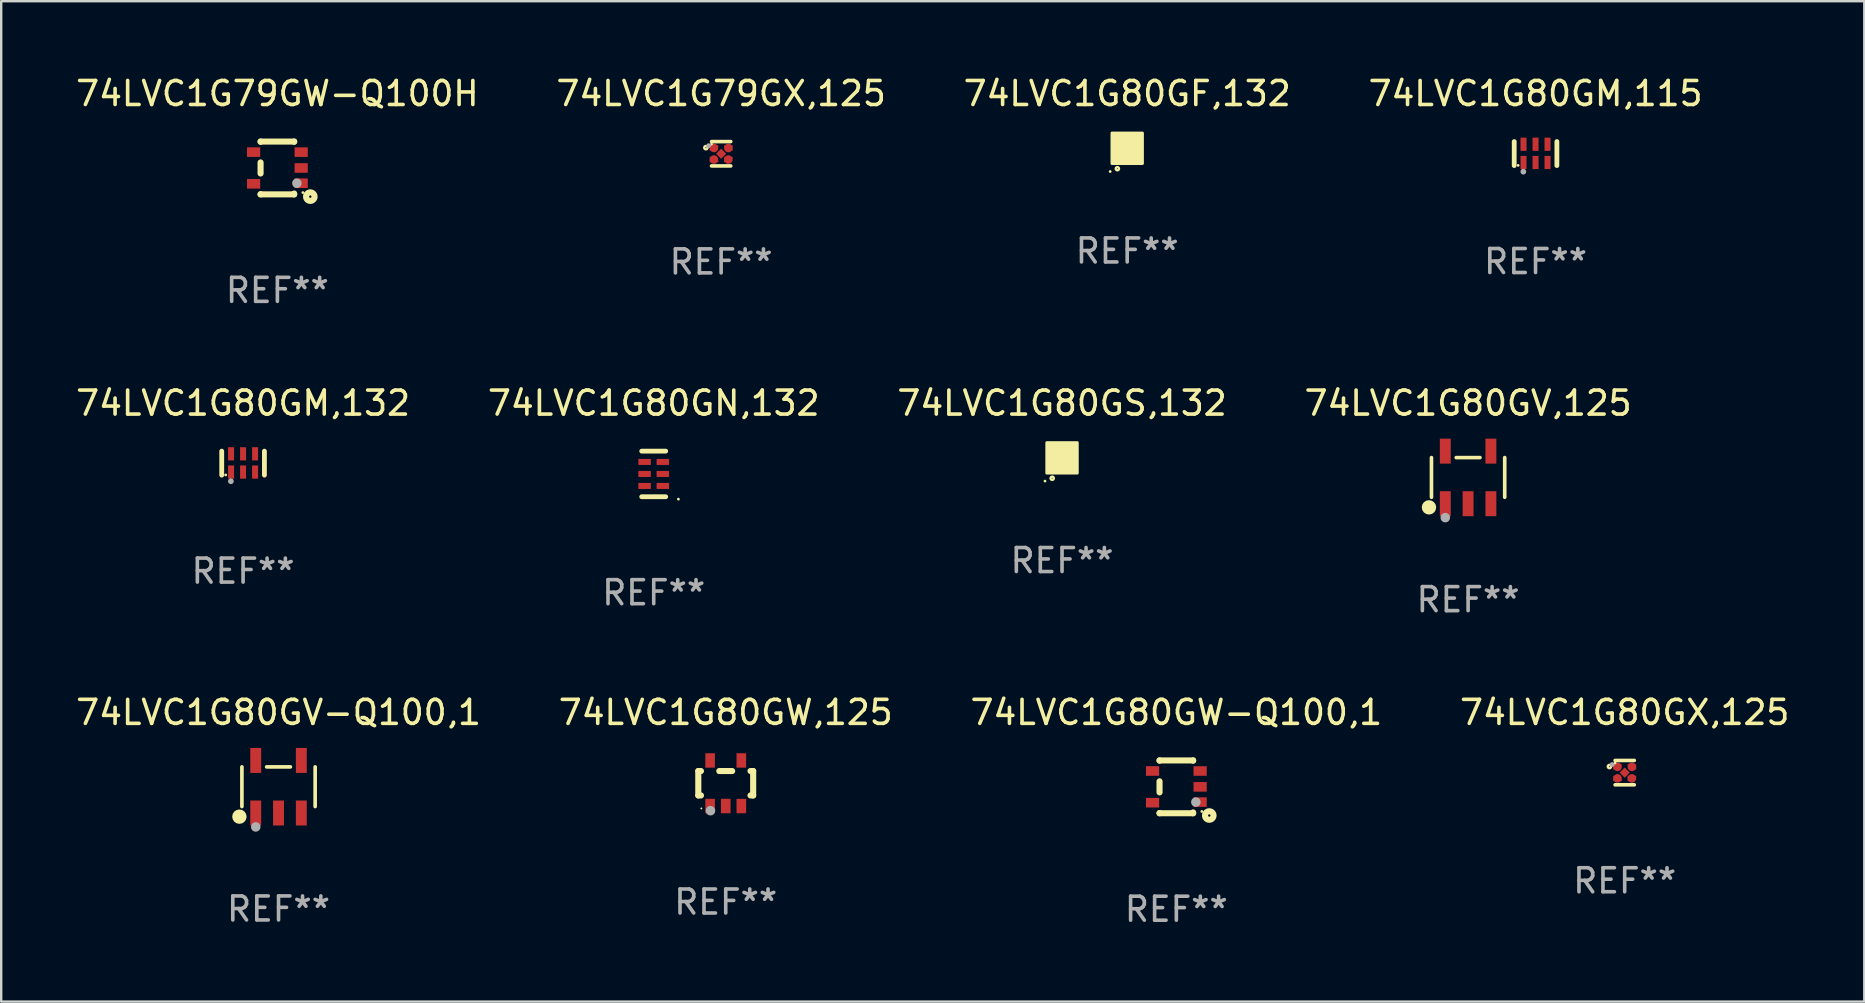
<source format=kicad_pcb>
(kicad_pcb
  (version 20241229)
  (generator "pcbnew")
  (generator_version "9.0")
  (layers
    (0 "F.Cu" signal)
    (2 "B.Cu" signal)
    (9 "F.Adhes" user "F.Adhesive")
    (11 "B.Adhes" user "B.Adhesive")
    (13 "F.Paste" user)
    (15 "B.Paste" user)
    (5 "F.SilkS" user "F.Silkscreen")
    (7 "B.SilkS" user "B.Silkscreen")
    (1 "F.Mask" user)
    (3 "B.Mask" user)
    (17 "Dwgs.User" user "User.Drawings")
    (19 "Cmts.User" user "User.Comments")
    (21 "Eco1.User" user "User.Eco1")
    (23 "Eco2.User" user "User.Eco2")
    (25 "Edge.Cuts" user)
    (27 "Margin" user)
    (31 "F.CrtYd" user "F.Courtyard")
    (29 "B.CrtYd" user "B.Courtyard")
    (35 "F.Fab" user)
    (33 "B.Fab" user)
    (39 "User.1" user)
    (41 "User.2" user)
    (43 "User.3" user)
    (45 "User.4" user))
  (footprint "74LVC1G80GN,132"
    (layer "F.Cu")
    (at 24.185 16.695)
    (property "Reference" "74LVC1G80GN,132" (at 0 -2.95 0) (layer "F.SilkS") (effects (font (size 1 1) (thickness 0.15))))
    (attr through_hole)
    (fp_line (start 0.5 -0.95) (end -0.5 -0.95) (stroke (width 0.2) (type solid)) (layer "F.SilkS"))
    (fp_line (start 0.5 0.95) (end -0.5 0.95) (stroke (width 0.2) (type solid)) (layer "F.SilkS"))
    (fp_circle (center 1.028 1.05) (end 1.058 1.05) (stroke (width 0.06) (type solid)) (fill no) (layer "F.SilkS"))
    (fp_text user "REF**" (at 0 4.95 0) (layer "F.Fab") (effects (font (size 1 1) (thickness 0.15))))
    (pad "1" smd rect (at 0.38 0.5 90) (size 0.25 0.52) (layers "F.Cu" "F.Mask" "F.Paste"))
    (pad "2" smd rect (at 0.38 0 90) (size 0.25 0.52) (layers "F.Cu" "F.Mask" "F.Paste"))
    (pad "3" smd rect (at 0.38 -0.5 90) (size 0.25 0.52) (layers "F.Cu" "F.Mask" "F.Paste"))
    (pad "4" smd rect (at -0.38 -0.5 270) (size 0.25 0.52) (layers "F.Cu" "F.Mask" "F.Paste"))
    (pad "5" smd rect (at -0.38 0 270) (size 0.25 0.52) (layers "F.Cu" "F.Mask" "F.Paste"))
    (pad "6" smd rect (at -0.38 0.5 270) (size 0.25 0.52) (layers "F.Cu" "F.Mask" "F.Paste")))
  (footprint "74LVC1G80GF,132"
    (layer "F.Cu")
    (at 43.911 3.128)
    (property "Reference" "74LVC1G80GF,132" (at 0 -2.28 0) (layer "F.SilkS") (effects (font (size 1 1) (thickness 0.15))))
    (attr through_hole)
    (fp_circle (center -0.71 0.968) (end -0.68 0.968) (stroke (width 0.06) (type solid)) (fill no) (layer "F.SilkS"))
    (fp_circle (center -0.41 0.85) (end -0.342 0.85) (stroke (width 0.1) (type solid)) (fill no) (layer "F.SilkS"))
    (fp_poly (pts (xy -0.635 -0.635) (xy 0.635 -0.635) (xy 0.635 0.635) (xy -0.635 0.635)) (stroke (width 0.12) (type solid)) (fill yes) (layer "F.SilkS"))
    (fp_text user "REF**" (at 0 4.28 0) (layer "F.Fab") (effects (font (size 1 1) (thickness 0.15))))
    (pad "1" smd rect (at -0.35 0.28 90) (size 0.35 0.2) (layers "F.Cu" "F.Mask" "F.Paste"))
    (pad "2" smd rect (at 0 0.28 90) (size 0.35 0.2) (layers "F.Cu" "F.Mask" "F.Paste"))
    (pad "3" smd rect (at 0.35 0.28 90) (size 0.35 0.2) (layers "F.Cu" "F.Mask" "F.Paste"))
    (pad "4" smd rect (at 0.35 -0.28 90) (size 0.35 0.2) (layers "F.Cu" "F.Mask" "F.Paste"))
    (pad "5" smd rect (at 0 -0.28 90) (size 0.35 0.2) (layers "F.Cu" "F.Mask" "F.Paste"))
    (pad "6" smd rect (at -0.35 -0.28 90) (size 0.35 0.2) (layers "F.Cu" "F.Mask" "F.Paste")))
  (footprint "74LVC1G80GW,125"
    (layer "F.Cu")
    (at 27.185 29.581)
    (property "Reference" "74LVC1G80GW,125" (at 0 -2.95 0) (layer "F.SilkS") (effects (font (size 1 1) (thickness 0.15))))
    (attr through_hole)
    (fp_line (start -1.143 -0.508) (end -1.032 -0.508) (stroke (width 0.254) (type solid)) (layer "F.SilkS"))
    (fp_line (start -1.143 0.508) (end -1.143 -0.508) (stroke (width 0.254) (type solid)) (layer "F.SilkS"))
    (fp_line (start -1.032 0.508) (end -1.143 0.508) (stroke (width 0.254) (type solid)) (layer "F.SilkS"))
    (fp_line (start -0.268 -0.508) (end 0.268 -0.508) (stroke (width 0.254) (type solid)) (layer "F.SilkS"))
    (fp_line (start 1.032 -0.508) (end 1.143 -0.508) (stroke (width 0.254) (type solid)) (layer "F.SilkS"))
    (fp_line (start 1.143 -0.508) (end 1.143 0.508) (stroke (width 0.254) (type solid)) (layer "F.SilkS"))
    (fp_line (start 1.143 0.508) (end 1.032 0.508) (stroke (width 0.254) (type solid)) (layer "F.SilkS"))
    (fp_circle (center -1.016 1.05) (end -0.996 1.05) (stroke (width 0.04) (type solid)) (fill no) (layer "F.SilkS"))
    (fp_circle (center -0.635 1.143) (end -0.535 1.143) (stroke (width 0.2) (type solid)) (fill no) (layer "F.Fab"))
    (fp_text user "REF**" (at 0 4.95 0) (layer "F.Fab") (effects (font (size 1 1) (thickness 0.15))))
    (pad "1" smd rect (at -0.65 0.95) (size 0.4 0.6) (layers "F.Cu" "F.Mask" "F.Paste"))
    (pad "2" smd rect (at 0 0.95) (size 0.4 0.6) (layers "F.Cu" "F.Mask" "F.Paste"))
    (pad "3" smd rect (at 0.65 0.95) (size 0.4 0.6) (layers "F.Cu" "F.Mask" "F.Paste"))
    (pad "4" smd rect (at 0.65 -0.95) (size 0.4 0.6) (layers "F.Cu" "F.Mask" "F.Paste"))
    (pad "5" smd rect (at -0.65 -0.95) (size 0.4 0.6) (layers "F.Cu" "F.Mask" "F.Paste")))
  (footprint "74LVC1G79GX,125"
    (layer "F.Cu")
    (at 26.994 3.356)
    (property "Reference" "74LVC1G79GX,125" (at 0 -2.508 0) (layer "F.SilkS") (effects (font (size 1 1) (thickness 0.15))))
    (attr through_hole)
    (fp_line (start 0.4 -0.508) (end -0.4 -0.508) (stroke (width 0.15) (type solid)) (layer "F.SilkS"))
    (fp_line (start 0.4 0.508) (end -0.4 0.508) (stroke (width 0.15) (type solid)) (layer "F.SilkS"))
    (fp_circle (center -0.635 -0.254) (end -0.615 -0.254) (stroke (width 0.1) (type solid)) (fill no) (layer "F.SilkS"))
    (fp_circle (center -0.401 -0.4) (end -0.371 -0.4) (stroke (width 0.06) (type solid)) (fill no) (layer "F.SilkS"))
    (fp_circle (center -0.523 -0.337) (end -0.473 -0.337) (stroke (width 0.1) (type solid)) (fill no) (layer "F.Fab"))
    (fp_text user "REF**" (at 0 4.508 0) (layer "F.Fab") (effects (font (size 1 1) (thickness 0.15))))
    (pad "1" smd custom (at -0.3 -0.24) (size 0.36 0.22) (layers "F.Cu" "F.Mask" "F.Paste") (options (anchor circle)) (primitives (gr_poly (pts (xy -0.18 -0.11) (xy -0.18 0.11) (xy 0.000127 0.11) (xy 0.18 -0.03) (xy 0.18 -0.11) (xy -0.18 -0.11)) (width 0) (fill yes))))
    (pad "2" smd custom (at -0.3 0.24) (size 0.36 0.22) (layers "F.Cu" "F.Mask" "F.Paste") (options (anchor circle)) (primitives (gr_poly (pts (xy -0.18 0.11) (xy -0.18 -0.11) (xy 0.000127 -0.11) (xy 0.18 0.03) (xy 0.18 0.11) (xy -0.18 0.11)) (width 0) (fill yes))))
    (pad "3" smd rect (at 0.000102 -0.000127 45) (size 0.3 0.3) (layers "F.Cu" "F.Mask" "F.Paste"))
    (pad "4" smd custom (at 0.3 0.24 180) (size 0.36 0.22) (layers "F.Cu" "F.Mask" "F.Paste") (options (anchor circle)) (primitives (gr_poly (pts (xy 0.18 0.11) (xy 0.18 -0.11) (xy -0.000178 -0.11) (xy -0.18 0.03) (xy -0.18 0.11) (xy 0.18 0.11)) (width 0) (fill yes))))
    (pad "5" smd custom (at 0.3 -0.24) (size 0.36 0.22) (layers "F.Cu" "F.Mask" "F.Paste") (options (anchor circle)) (primitives (gr_poly (pts (xy 0.18 -0.11) (xy 0.18 0.11) (xy -0.000152 0.11) (xy -0.18 -0.03) (xy -0.18 -0.11) (xy 0.18 -0.11)) (width 0) (fill yes)))))
  (footprint "74LVC1G80GM,132"
    (layer "F.Cu")
    (at 7.077 16.245)
    (property "Reference" "74LVC1G80GM,132" (at 0 -2.5 0) (layer "F.SilkS") (effects (font (size 1 1) (thickness 0.15))))
    (attr through_hole)
    (fp_line (start -0.889 0.5) (end -0.889 -0.5) (stroke (width 0.2) (type solid)) (layer "F.SilkS"))
    (fp_line (start 0.889 0.5) (end 0.889 -0.5) (stroke (width 0.2) (type solid)) (layer "F.SilkS"))
    (fp_circle (center -0.725 0.492) (end -0.695 0.492) (stroke (width 0.06) (type solid)) (fill no) (layer "F.SilkS"))
    (fp_circle (center -0.508 0.754) (end -0.448 0.754) (stroke (width 0.12) (type solid)) (fill no) (layer "F.Fab"))
    (fp_text user "REF**" (at 0 4.5 0) (layer "F.Fab") (effects (font (size 1 1) (thickness 0.15))))
    (pad "1" smd rect (at -0.5 0.372) (size 0.25 0.55) (layers "F.Cu" "F.Mask" "F.Paste"))
    (pad "2" smd rect (at -0.000127 0.372) (size 0.25 0.55) (layers "F.Cu" "F.Mask" "F.Paste"))
    (pad "3" smd rect (at 0.5 0.372) (size 0.25 0.55) (layers "F.Cu" "F.Mask" "F.Paste"))
    (pad "4" smd rect (at 0.5 -0.388 180) (size 0.25 0.55) (layers "F.Cu" "F.Mask" "F.Paste"))
    (pad "5" smd rect (at -0.000127 -0.388 180) (size 0.25 0.55) (layers "F.Cu" "F.Mask" "F.Paste"))
    (pad "6" smd rect (at -0.5 -0.388 180) (size 0.25 0.55) (layers "F.Cu" "F.Mask" "F.Paste")))
  (footprint "74LVC1G80GX,125"
    (layer "F.Cu")
    (at 64.637 29.139)
    (property "Reference" "74LVC1G80GX,125" (at 0 -2.508 0) (layer "F.SilkS") (effects (font (size 1 1) (thickness 0.15))))
    (attr through_hole)
    (fp_line (start 0.4 -0.508) (end -0.4 -0.508) (stroke (width 0.15) (type solid)) (layer "F.SilkS"))
    (fp_line (start 0.4 0.508) (end -0.4 0.508) (stroke (width 0.15) (type solid)) (layer "F.SilkS"))
    (fp_circle (center -0.635 -0.254) (end -0.615 -0.254) (stroke (width 0.1) (type solid)) (fill no) (layer "F.SilkS"))
    (fp_circle (center -0.401 -0.4) (end -0.371 -0.4) (stroke (width 0.06) (type solid)) (fill no) (layer "F.SilkS"))
    (fp_circle (center -0.523 -0.337) (end -0.473 -0.337) (stroke (width 0.1) (type solid)) (fill no) (layer "F.Fab"))
    (fp_text user "REF**" (at 0 4.508 0) (layer "F.Fab") (effects (font (size 1 1) (thickness 0.15))))
    (pad "1" smd custom (at -0.3 -0.24) (size 0.36 0.22) (layers "F.Cu" "F.Mask" "F.Paste") (options (anchor circle)) (primitives (gr_poly (pts (xy -0.18 -0.11) (xy -0.18 0.11) (xy 0.000127 0.11) (xy 0.18 -0.03) (xy 0.18 -0.11) (xy -0.18 -0.11)) (width 0) (fill yes))))
    (pad "2" smd custom (at -0.3 0.24) (size 0.36 0.22) (layers "F.Cu" "F.Mask" "F.Paste") (options (anchor circle)) (primitives (gr_poly (pts (xy -0.18 0.11) (xy -0.18 -0.11) (xy 0.000127 -0.11) (xy 0.18 0.03) (xy 0.18 0.11) (xy -0.18 0.11)) (width 0) (fill yes))))
    (pad "3" smd rect (at 0.000102 -0.000127 45) (size 0.3 0.3) (layers "F.Cu" "F.Mask" "F.Paste"))
    (pad "4" smd custom (at 0.3 0.24 180) (size 0.36 0.22) (layers "F.Cu" "F.Mask" "F.Paste") (options (anchor circle)) (primitives (gr_poly (pts (xy 0.18 0.11) (xy 0.18 -0.11) (xy -0.000178 -0.11) (xy -0.18 0.03) (xy -0.18 0.11) (xy 0.18 0.11)) (width 0) (fill yes))))
    (pad "5" smd custom (at 0.3 -0.24) (size 0.36 0.22) (layers "F.Cu" "F.Mask" "F.Paste") (options (anchor circle)) (primitives (gr_poly (pts (xy 0.18 -0.11) (xy 0.18 0.11) (xy -0.000152 0.11) (xy -0.18 -0.03) (xy -0.18 -0.11) (xy 0.18 -0.11)) (width 0) (fill yes)))))
  (footprint "74LVC1G80GV,125"
    (layer "F.Cu")
    (at 58.113 16.84)
    (property "Reference" "74LVC1G80GV,125" (at 0 -3.095 0) (layer "F.SilkS") (effects (font (size 1 1) (thickness 0.15))))
    (attr through_hole)
    (fp_line (start -1.526 0.826) (end -1.526 -0.826) (stroke (width 0.152) (type solid)) (layer "F.SilkS"))
    (fp_line (start 0.494 -0.826) (end -0.494 -0.826) (stroke (width 0.152) (type solid)) (layer "F.SilkS"))
    (fp_line (start 1.526 0.826) (end 1.526 -0.826) (stroke (width 0.152) (type solid)) (layer "F.SilkS"))
    (fp_circle (center -1.63 1.247) (end -1.48 1.247) (stroke (width 0.3) (type solid)) (fill no) (layer "F.SilkS"))
    (fp_circle (center -1.45 1.375) (end -1.42 1.375) (stroke (width 0.06) (type solid)) (fill no) (layer "F.SilkS"))
    (fp_circle (center -0.95 1.675) (end -0.85 1.675) (stroke (width 0.2) (type solid)) (fill no) (layer "F.Fab"))
    (fp_text user "REF**" (at 0 5.095 0) (layer "F.Fab") (effects (font (size 1 1) (thickness 0.15))))
    (pad "1" smd rect (at -0.95 1.095) (size 0.455 1.04) (layers "F.Cu" "F.Mask" "F.Paste"))
    (pad "2" smd rect (at 0 1.095) (size 0.455 1.04) (layers "F.Cu" "F.Mask" "F.Paste"))
    (pad "3" smd rect (at 0.95 1.095) (size 0.455 1.04) (layers "F.Cu" "F.Mask" "F.Paste"))
    (pad "4" smd rect (at 0.95 -1.095) (size 0.455 1.04) (layers "F.Cu" "F.Mask" "F.Paste"))
    (pad "5" smd rect (at -0.95 -1.095) (size 0.455 1.04) (layers "F.Cu" "F.Mask" "F.Paste")))
  (footprint "74LVC1G80GW-Q100,1"
    (layer "F.Cu")
    (at 45.958 29.731)
    (property "Reference" "74LVC1G80GW-Q100,1" (at 0 -3.1 0) (layer "F.SilkS") (effects (font (size 1 1) (thickness 0.15))))
    (attr through_hole)
    (fp_line (start -0.7 -1.1) (end 0.7 -1.1) (stroke (width 0.254) (type solid)) (layer "F.SilkS"))
    (fp_line (start -0.7 -1.09) (end -0.7 -1.1) (stroke (width 0.254) (type solid)) (layer "F.SilkS"))
    (fp_line (start -0.7 0.23) (end -0.7 -0.23) (stroke (width 0.254) (type solid)) (layer "F.SilkS"))
    (fp_line (start -0.7 1.1) (end -0.7 1.09) (stroke (width 0.254) (type solid)) (layer "F.SilkS"))
    (fp_line (start -0.7 1.1) (end 0.7 1.1) (stroke (width 0.254) (type solid)) (layer "F.SilkS"))
    (fp_line (start 0.7 -1.09) (end 0.7 -1.1) (stroke (width 0.254) (type solid)) (layer "F.SilkS"))
    (fp_line (start 0.7 1.1) (end 0.7 1.065) (stroke (width 0.254) (type solid)) (layer "F.SilkS"))
    (fp_circle (center 1.062 1.025) (end 1.092 1.025) (stroke (width 0.06) (type solid)) (fill no) (layer "F.SilkS"))
    (fp_circle (center 1.372 1.194) (end 1.422 1.194) (stroke (width 0.254) (type solid)) (fill no) (layer "F.SilkS"))
    (fp_circle (center 0.813 0.635) (end 0.913 0.635) (stroke (width 0.2) (type solid)) (fill no) (layer "F.Fab"))
    (fp_text user "REF**" (at 0 5.1 0) (layer "F.Fab") (effects (font (size 1 1) (thickness 0.15))))
    (pad "1" smd rect (at 0.991 0.635 270) (size 0.399 0.551) (layers "F.Cu" "F.Mask" "F.Paste"))
    (pad "2" smd rect (at 0.991 0.000051 270) (size 0.399 0.551) (layers "F.Cu" "F.Mask" "F.Paste"))
    (pad "3" smd rect (at 0.991 -0.66 270) (size 0.399 0.551) (layers "F.Cu" "F.Mask" "F.Paste"))
    (pad "4" smd rect (at -0.991 -0.66 270) (size 0.399 0.551) (layers "F.Cu" "F.Mask" "F.Paste"))
    (pad "5" smd rect (at -0.991 0.66 270) (size 0.399 0.551) (layers "F.Cu" "F.Mask" "F.Paste")))
  (footprint "74LVC1G80GV-Q100,1"
    (layer "F.Cu")
    (at 8.554 29.726)
    (property "Reference" "74LVC1G80GV-Q100,1" (at 0 -3.095 0) (layer "F.SilkS") (effects (font (size 1 1) (thickness 0.15))))
    (attr through_hole)
    (fp_line (start -1.526 0.826) (end -1.526 -0.826) (stroke (width 0.152) (type solid)) (layer "F.SilkS"))
    (fp_line (start 0.494 -0.826) (end -0.494 -0.826) (stroke (width 0.152) (type solid)) (layer "F.SilkS"))
    (fp_line (start 1.526 0.826) (end 1.526 -0.826) (stroke (width 0.152) (type solid)) (layer "F.SilkS"))
    (fp_circle (center -1.63 1.247) (end -1.48 1.247) (stroke (width 0.3) (type solid)) (fill no) (layer "F.SilkS"))
    (fp_circle (center -1.45 1.375) (end -1.42 1.375) (stroke (width 0.06) (type solid)) (fill no) (layer "F.SilkS"))
    (fp_circle (center -0.95 1.675) (end -0.85 1.675) (stroke (width 0.2) (type solid)) (fill no) (layer "F.Fab"))
    (fp_text user "REF**" (at 0 5.095 0) (layer "F.Fab") (effects (font (size 1 1) (thickness 0.15))))
    (pad "1" smd rect (at -0.95 1.095) (size 0.455 1.04) (layers "F.Cu" "F.Mask" "F.Paste"))
    (pad "2" smd rect (at 0 1.095) (size 0.455 1.04) (layers "F.Cu" "F.Mask" "F.Paste"))
    (pad "3" smd rect (at 0.95 1.095) (size 0.455 1.04) (layers "F.Cu" "F.Mask" "F.Paste"))
    (pad "4" smd rect (at 0.95 -1.095) (size 0.455 1.04) (layers "F.Cu" "F.Mask" "F.Paste"))
    (pad "5" smd rect (at -0.95 -1.095) (size 0.455 1.04) (layers "F.Cu" "F.Mask" "F.Paste")))
  (footprint "74LVC1G80GS,132"
    (layer "F.Cu")
    (at 41.196 16.025)
    (property "Reference" "74LVC1G80GS,132" (at 0 -2.28 0) (layer "F.SilkS") (effects (font (size 1 1) (thickness 0.15))))
    (attr through_hole)
    (fp_circle (center -0.71 0.968) (end -0.68 0.968) (stroke (width 0.06) (type solid)) (fill no) (layer "F.SilkS"))
    (fp_circle (center -0.41 0.85) (end -0.342 0.85) (stroke (width 0.1) (type solid)) (fill no) (layer "F.SilkS"))
    (fp_poly (pts (xy -0.635 -0.635) (xy 0.635 -0.635) (xy 0.635 0.635) (xy -0.635 0.635)) (stroke (width 0.12) (type solid)) (fill yes) (layer "F.SilkS"))
    (fp_text user "REF**" (at 0 4.28 0) (layer "F.Fab") (effects (font (size 1 1) (thickness 0.15))))
    (pad "1" smd rect (at -0.35 0.28 90) (size 0.35 0.2) (layers "F.Cu" "F.Mask" "F.Paste"))
    (pad "2" smd rect (at 0 0.28 90) (size 0.35 0.2) (layers "F.Cu" "F.Mask" "F.Paste"))
    (pad "3" smd rect (at 0.35 0.28 90) (size 0.35 0.2) (layers "F.Cu" "F.Mask" "F.Paste"))
    (pad "4" smd rect (at 0.35 -0.28 90) (size 0.35 0.2) (layers "F.Cu" "F.Mask" "F.Paste"))
    (pad "5" smd rect (at 0 -0.28 90) (size 0.35 0.2) (layers "F.Cu" "F.Mask" "F.Paste"))
    (pad "6" smd rect (at -0.35 -0.28 90) (size 0.35 0.2) (layers "F.Cu" "F.Mask" "F.Paste")))
  (footprint "74LVC1G80GM,115"
    (layer "F.Cu")
    (at 60.923 3.348)
    (property "Reference" "74LVC1G80GM,115" (at 0 -2.5 0) (layer "F.SilkS") (effects (font (size 1 1) (thickness 0.15))))
    (attr through_hole)
    (fp_line (start -0.889 0.5) (end -0.889 -0.5) (stroke (width 0.2) (type solid)) (layer "F.SilkS"))
    (fp_line (start 0.889 0.5) (end 0.889 -0.5) (stroke (width 0.2) (type solid)) (layer "F.SilkS"))
    (fp_circle (center -0.725 0.492) (end -0.695 0.492) (stroke (width 0.06) (type solid)) (fill no) (layer "F.SilkS"))
    (fp_circle (center -0.508 0.754) (end -0.448 0.754) (stroke (width 0.12) (type solid)) (fill no) (layer "F.Fab"))
    (fp_text user "REF**" (at 0 4.5 0) (layer "F.Fab") (effects (font (size 1 1) (thickness 0.15))))
    (pad "1" smd rect (at -0.5 0.372) (size 0.25 0.55) (layers "F.Cu" "F.Mask" "F.Paste"))
    (pad "2" smd rect (at -0.000127 0.372) (size 0.25 0.55) (layers "F.Cu" "F.Mask" "F.Paste"))
    (pad "3" smd rect (at 0.5 0.372) (size 0.25 0.55) (layers "F.Cu" "F.Mask" "F.Paste"))
    (pad "4" smd rect (at 0.5 -0.388 180) (size 0.25 0.55) (layers "F.Cu" "F.Mask" "F.Paste"))
    (pad "5" smd rect (at -0.000127 -0.388 180) (size 0.25 0.55) (layers "F.Cu" "F.Mask" "F.Paste"))
    (pad "6" smd rect (at -0.5 -0.388 180) (size 0.25 0.55) (layers "F.Cu" "F.Mask" "F.Paste")))
  (footprint "74LVC1G79GW-Q100H"
    (layer "F.Cu")
    (at 8.506 3.948)
    (property "Reference" "74LVC1G79GW-Q100H" (at 0 -3.1 0) (layer "F.SilkS") (effects (font (size 1 1) (thickness 0.15))))
    (attr through_hole)
    (fp_line (start -0.7 -1.1) (end 0.7 -1.1) (stroke (width 0.254) (type solid)) (layer "F.SilkS"))
    (fp_line (start -0.7 -1.09) (end -0.7 -1.1) (stroke (width 0.254) (type solid)) (layer "F.SilkS"))
    (fp_line (start -0.7 0.23) (end -0.7 -0.23) (stroke (width 0.254) (type solid)) (layer "F.SilkS"))
    (fp_line (start -0.7 1.1) (end -0.7 1.09) (stroke (width 0.254) (type solid)) (layer "F.SilkS"))
    (fp_line (start -0.7 1.1) (end 0.7 1.1) (stroke (width 0.254) (type solid)) (layer "F.SilkS"))
    (fp_line (start 0.7 -1.09) (end 0.7 -1.1) (stroke (width 0.254) (type solid)) (layer "F.SilkS"))
    (fp_line (start 0.7 1.1) (end 0.7 1.065) (stroke (width 0.254) (type solid)) (layer "F.SilkS"))
    (fp_circle (center 1.062 1.025) (end 1.092 1.025) (stroke (width 0.06) (type solid)) (fill no) (layer "F.SilkS"))
    (fp_circle (center 1.372 1.194) (end 1.422 1.194) (stroke (width 0.254) (type solid)) (fill no) (layer "F.SilkS"))
    (fp_circle (center 0.813 0.635) (end 0.913 0.635) (stroke (width 0.2) (type solid)) (fill no) (layer "F.Fab"))
    (fp_text user "REF**" (at 0 5.1 0) (layer "F.Fab") (effects (font (size 1 1) (thickness 0.15))))
    (pad "1" smd rect (at 0.991 0.635 270) (size 0.399 0.551) (layers "F.Cu" "F.Mask" "F.Paste"))
    (pad "2" smd rect (at 0.991 0.000051 270) (size 0.399 0.551) (layers "F.Cu" "F.Mask" "F.Paste"))
    (pad "3" smd rect (at 0.991 -0.66 270) (size 0.399 0.551) (layers "F.Cu" "F.Mask" "F.Paste"))
    (pad "4" smd rect (at -0.991 -0.66 270) (size 0.399 0.551) (layers "F.Cu" "F.Mask" "F.Paste"))
    (pad "5" smd rect (at -0.991 0.66 270) (size 0.399 0.551) (layers "F.Cu" "F.Mask" "F.Paste")))
  (gr_rect
    (start -3 -3)
    (end 74.619 38.679)
    (stroke (width 0.1) (type default))
    (fill no)
    (layer "Edge.Cuts")))
</source>
